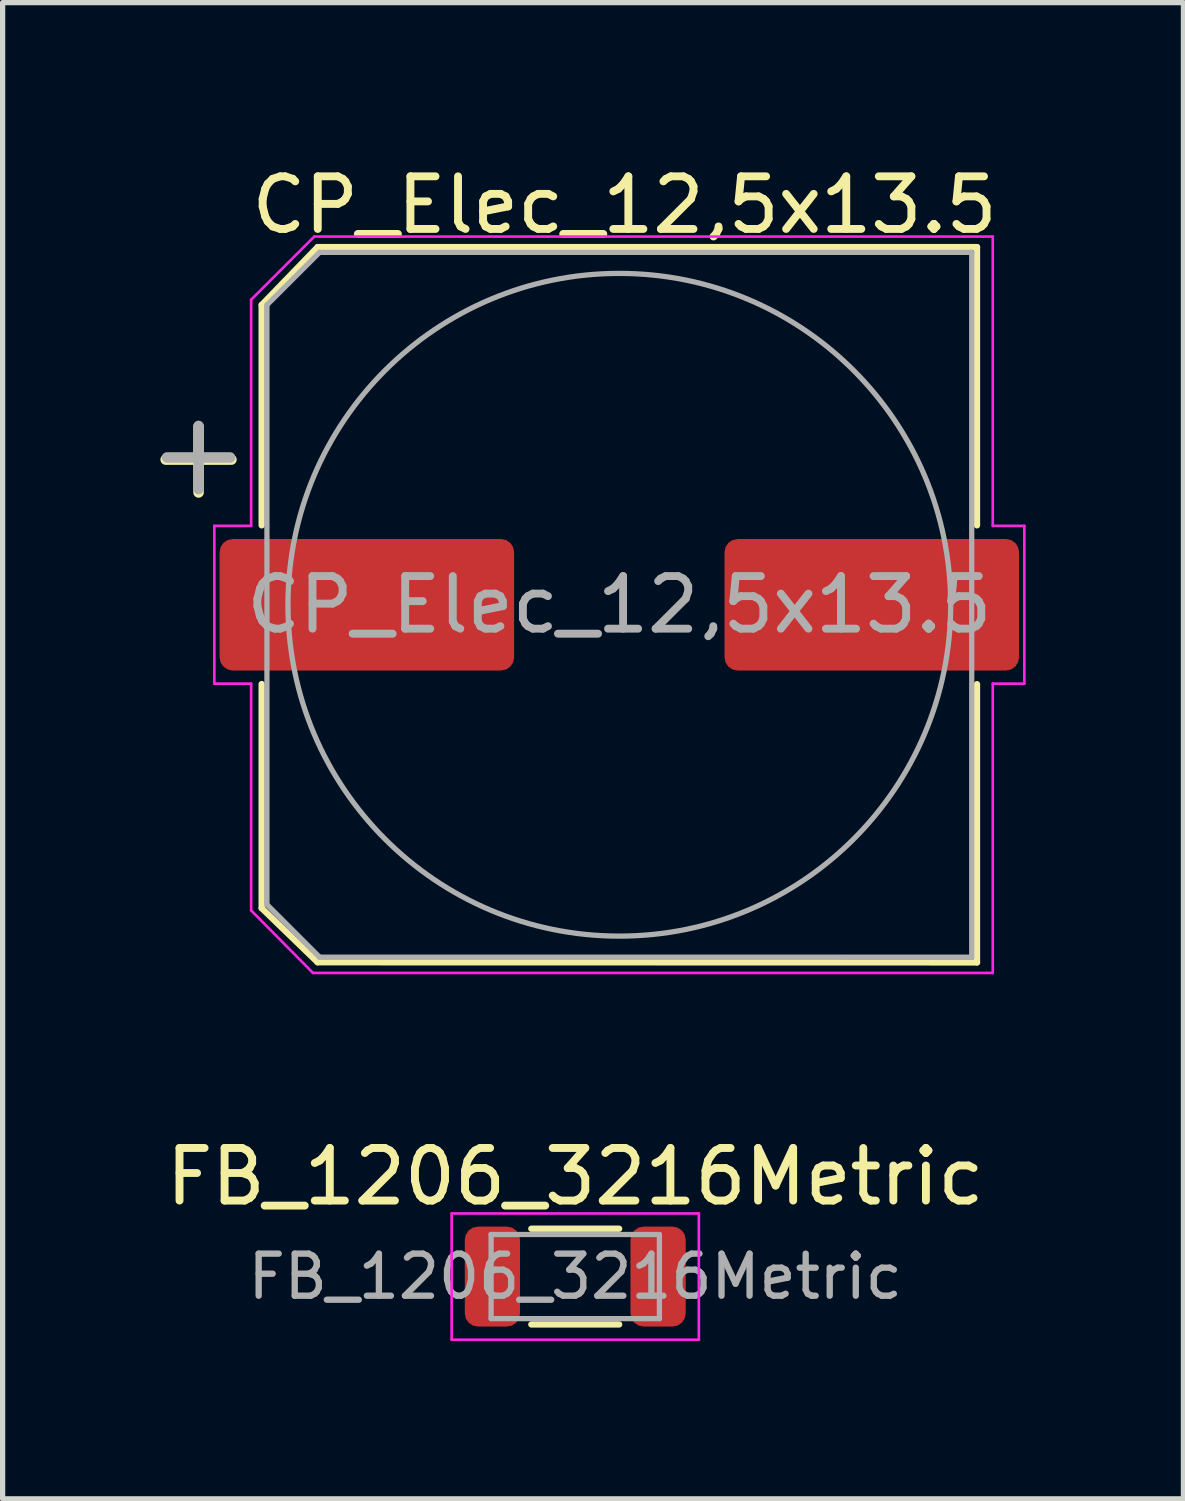
<source format=kicad_pcb>
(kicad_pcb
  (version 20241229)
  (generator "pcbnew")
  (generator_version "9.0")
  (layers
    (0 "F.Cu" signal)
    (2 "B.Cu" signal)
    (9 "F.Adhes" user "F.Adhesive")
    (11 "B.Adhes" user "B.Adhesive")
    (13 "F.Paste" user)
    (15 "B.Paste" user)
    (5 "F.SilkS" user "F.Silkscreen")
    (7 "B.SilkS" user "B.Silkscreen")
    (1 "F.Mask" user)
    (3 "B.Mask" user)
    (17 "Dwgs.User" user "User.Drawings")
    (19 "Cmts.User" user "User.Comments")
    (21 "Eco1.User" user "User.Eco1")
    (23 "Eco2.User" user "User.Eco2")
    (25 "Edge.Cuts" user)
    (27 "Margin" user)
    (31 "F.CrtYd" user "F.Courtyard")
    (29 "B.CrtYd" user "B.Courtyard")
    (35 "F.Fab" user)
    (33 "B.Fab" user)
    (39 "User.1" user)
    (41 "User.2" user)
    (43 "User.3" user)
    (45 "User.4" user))
  (footprint "CP_Elec_12,5x13.5"
    (layer "F.Cu")
    (at 8.725 8.448)
    (property "Reference" "CP_Elec_12,5x13.5" (at 0.1 -7.6 180) (layer "F.SilkS") (effects (font (size 1 1) (thickness 0.15))))
    (attr smd)
    (fp_line (start -8.625 -2.76) (end -7.375 -2.76) (stroke (width 0.2) (type solid)) (layer "F.SilkS"))
    (fp_line (start -8 -3.385) (end -8 -2.135) (stroke (width 0.2) (type solid)) (layer "F.SilkS"))
    (fp_line (start -6.8 -5.7) (end -6.8 -1.51) (stroke (width 0.12) (type solid)) (layer "F.SilkS"))
    (fp_line (start -6.8 -5.7) (end -5.736 -6.8) (stroke (width 0.12) (type solid)) (layer "F.SilkS"))
    (fp_line (start -6.8 5.768) (end -6.8 1.507) (stroke (width 0.12) (type solid)) (layer "F.SilkS"))
    (fp_line (start -6.8 5.768) (end -5.736 6.797) (stroke (width 0.12) (type solid)) (layer "F.SilkS"))
    (fp_line (start -5.736 -6.8) (end 6.8 -6.8) (stroke (width 0.12) (type solid)) (layer "F.SilkS"))
    (fp_line (start -5.736 6.797) (end 6.8 6.8) (stroke (width 0.12) (type solid)) (layer "F.SilkS"))
    (fp_line (start 6.8 -6.8) (end 6.8 -1.51) (stroke (width 0.12) (type solid)) (layer "F.SilkS"))
    (fp_line (start 6.8 6.8) (end 6.8 1.51) (stroke (width 0.12) (type solid)) (layer "F.SilkS"))
    (fp_line (start -7.7 -1.5) (end -7.7 1.5) (stroke (width 0.05) (type solid)) (layer "F.CrtYd"))
    (fp_line (start -7.7 1.5) (end -7 1.5) (stroke (width 0.05) (type solid)) (layer "F.CrtYd"))
    (fp_line (start -7 -5.8) (end -7 -1.5) (stroke (width 0.05) (type solid)) (layer "F.CrtYd"))
    (fp_line (start -7 -5.8) (end -5.8 -7) (stroke (width 0.05) (type solid)) (layer "F.CrtYd"))
    (fp_line (start -7 -1.5) (end -7.7 -1.5) (stroke (width 0.05) (type solid)) (layer "F.CrtYd"))
    (fp_line (start -7 1.5) (end -7 5.812) (stroke (width 0.05) (type solid)) (layer "F.CrtYd"))
    (fp_line (start -7 5.812) (end -5.825 7) (stroke (width 0.05) (type solid)) (layer "F.CrtYd"))
    (fp_line (start -5.825 7) (end 7.1 7) (stroke (width 0.05) (type solid)) (layer "F.CrtYd"))
    (fp_line (start -5.8 -7) (end 7.1 -7) (stroke (width 0.05) (type solid)) (layer "F.CrtYd"))
    (fp_line (start 7.1 -7) (end 7.1 -1.5) (stroke (width 0.05) (type solid)) (layer "F.CrtYd"))
    (fp_line (start 7.1 -1.5) (end 7.7 -1.5) (stroke (width 0.05) (type solid)) (layer "F.CrtYd"))
    (fp_line (start 7.1 1.5) (end 7.1 7) (stroke (width 0.05) (type solid)) (layer "F.CrtYd"))
    (fp_line (start 7.7 -1.5) (end 7.7 1.5) (stroke (width 0.05) (type solid)) (layer "F.CrtYd"))
    (fp_line (start 7.7 1.5) (end 7.1 1.5) (stroke (width 0.05) (type solid)) (layer "F.CrtYd"))
    (fp_line (start -8.6 -2.8) (end -7.4 -2.8) (stroke (width 0.2) (type solid)) (layer "F.Fab"))
    (fp_line (start -8 -3.4) (end -8 -2.2) (stroke (width 0.2) (type solid)) (layer "F.Fab"))
    (fp_line (start -6.7 -5.7) (end -6.7 5.7) (stroke (width 0.1) (type solid)) (layer "F.Fab"))
    (fp_line (start -6.7 -5.7) (end -5.7 -6.7) (stroke (width 0.1) (type solid)) (layer "F.Fab"))
    (fp_line (start -6.7 5.7) (end -5.7 6.7) (stroke (width 0.1) (type solid)) (layer "F.Fab"))
    (fp_line (start -5.7 -6.7) (end 6.7 -6.7) (stroke (width 0.1) (type solid)) (layer "F.Fab"))
    (fp_line (start -5.7 6.7) (end 6.7 6.7) (stroke (width 0.1) (type solid)) (layer "F.Fab"))
    (fp_line (start 6.7 -6.7) (end 6.7 6.7) (stroke (width 0.1) (type solid)) (layer "F.Fab"))
    (fp_circle (center 0 0) (end 6.3 0) (stroke (width 0.1) (type solid)) (fill no) (layer "F.Fab"))
    (fp_text user "${REFERENCE}" (at 0 0 180) (layer "F.Fab") (effects (font (size 1 1) (thickness 0.15))))
    (pad "1" smd roundrect (at -4.8 0) (size 5.6 2.5) (layers "F.Cu" "F.Mask" "F.Paste") (roundrect_rratio 0.1))
    (pad "2" smd roundrect (at 4.8 0) (size 5.6 2.5) (layers "F.Cu" "F.Mask" "F.Paste") (roundrect_rratio 0.1)))
  (footprint "FB_1206_3216Metric"
    (layer "F.Cu")
    (at 7.887 21.221)
    (property "Reference" "FB_1206_3216Metric" (at 0 -1.9 0) (layer "F.SilkS") (effects (font (size 1 1) (thickness 0.15))))
    (attr smd)
    (fp_line (start -0.835 -0.91) (end 0.835 -0.91) (stroke (width 0.12) (type solid)) (layer "F.SilkS"))
    (fp_line (start -0.835 0.91) (end 0.835 0.91) (stroke (width 0.12) (type solid)) (layer "F.SilkS"))
    (fp_line (start -2.35 -1.2) (end 2.35 -1.2) (stroke (width 0.05) (type solid)) (layer "F.CrtYd"))
    (fp_line (start -2.35 1.2) (end -2.35 -1.2) (stroke (width 0.05) (type solid)) (layer "F.CrtYd"))
    (fp_line (start 2.35 -1.2) (end 2.35 1.2) (stroke (width 0.05) (type solid)) (layer "F.CrtYd"))
    (fp_line (start 2.35 1.2) (end -2.35 1.2) (stroke (width 0.05) (type solid)) (layer "F.CrtYd"))
    (fp_line (start -1.6 -0.8) (end 1.6 -0.8) (stroke (width 0.1) (type solid)) (layer "F.Fab"))
    (fp_line (start -1.6 0.8) (end -1.6 -0.8) (stroke (width 0.1) (type solid)) (layer "F.Fab"))
    (fp_line (start 1.6 -0.8) (end 1.6 0.8) (stroke (width 0.1) (type solid)) (layer "F.Fab"))
    (fp_line (start 1.6 0.8) (end -1.6 0.8) (stroke (width 0.1) (type solid)) (layer "F.Fab"))
    (fp_text user "${REFERENCE}" (at 0 0 0) (layer "F.Fab") (effects (font (size 0.8 0.8) (thickness 0.12))))
    (pad "1" smd roundrect (at -1.575 0) (size 1.05 1.9) (layers "F.Cu" "F.Mask" "F.Paste") (roundrect_rratio 0.238))
    (pad "2" smd roundrect (at 1.575 0) (size 1.05 1.9) (layers "F.Cu" "F.Mask" "F.Paste") (roundrect_rratio 0.238))
    (zone (net_name "") (layer "F.Cu") (hatch edge 0.5) (connect_pads) (min_thickness 0.25) (filled_areas_thickness no) (keepout (tracks allowed) (vias not_allowed) (pads allowed) (copperpour not_allowed) (footprints not_allowed)) (placement (enabled no)) (fill) (polygon (pts (xy 6.787 20.422) (xy 6.787 22.021) (xy 8.987 22.021) (xy 8.987 20.422))))
    (zone (net_name "") (layer "In1.Cu") (hatch edge 0.5) (connect_pads) (min_thickness 0.25) (filled_areas_thickness no) (keepout (tracks not_allowed) (vias not_allowed) (pads not_allowed) (copperpour not_allowed) (footprints not_allowed)) (placement (enabled no)) (fill) (polygon (pts (xy 9.987 20.221) (xy 9.987 22.221) (xy 5.787 22.221) (xy 5.787 20.221)))))
  (gr_rect
    (start -3 -3)
    (end 19.45 25.447)
    (stroke (width 0.1) (type default))
    (fill no)
    (layer "Edge.Cuts")))
</source>
